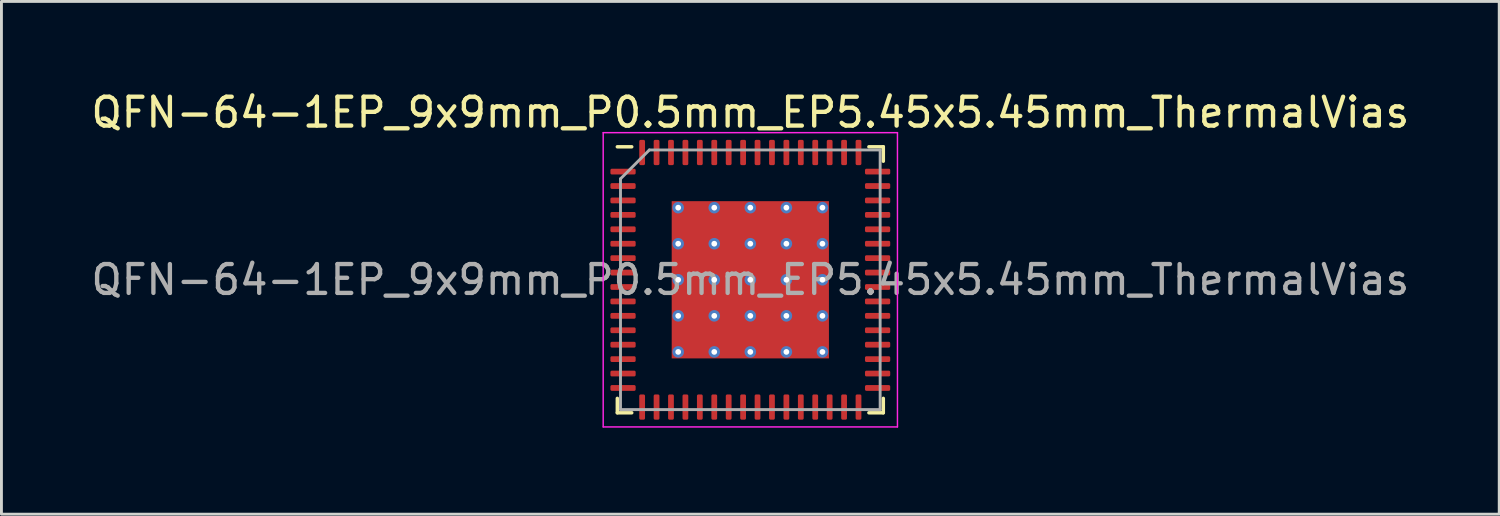
<source format=kicad_pcb>
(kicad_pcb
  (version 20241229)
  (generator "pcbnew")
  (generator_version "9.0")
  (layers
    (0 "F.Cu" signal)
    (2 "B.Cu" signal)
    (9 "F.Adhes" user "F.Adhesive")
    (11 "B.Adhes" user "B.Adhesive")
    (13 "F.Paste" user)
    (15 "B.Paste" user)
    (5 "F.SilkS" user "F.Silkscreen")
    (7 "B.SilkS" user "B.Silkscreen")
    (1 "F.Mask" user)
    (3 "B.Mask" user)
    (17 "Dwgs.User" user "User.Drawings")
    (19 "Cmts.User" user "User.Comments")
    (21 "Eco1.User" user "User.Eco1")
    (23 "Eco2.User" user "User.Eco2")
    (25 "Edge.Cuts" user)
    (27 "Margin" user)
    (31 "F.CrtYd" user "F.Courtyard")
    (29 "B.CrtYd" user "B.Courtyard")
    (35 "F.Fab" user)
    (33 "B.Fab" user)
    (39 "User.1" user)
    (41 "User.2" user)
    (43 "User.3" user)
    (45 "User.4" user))
  (footprint "QFN-64-1EP_9x9mm_P0.5mm_EP5.45x5.45mm_ThermalVias"
    (layer "F.Cu")
    (at 22.958 6.648)
    (property "Reference" "QFN-64-1EP_9x9mm_P0.5mm_EP5.45x5.45mm_ThermalVias" (at 0 -5.8 0) (layer "F.SilkS") (effects (font (size 1 1) (thickness 0.15))))
    (attr smd)
    (fp_line (start -4.61 4.61) (end -4.61 4.11) (stroke (width 0.12) (type solid)) (layer "F.SilkS"))
    (fp_line (start -4.11 -4.61) (end -4.61 -4.61) (stroke (width 0.12) (type solid)) (layer "F.SilkS"))
    (fp_line (start -4.11 4.61) (end -4.61 4.61) (stroke (width 0.12) (type solid)) (layer "F.SilkS"))
    (fp_line (start 4.11 -4.61) (end 4.61 -4.61) (stroke (width 0.12) (type solid)) (layer "F.SilkS"))
    (fp_line (start 4.11 4.61) (end 4.61 4.61) (stroke (width 0.12) (type solid)) (layer "F.SilkS"))
    (fp_line (start 4.61 -4.61) (end 4.61 -4.11) (stroke (width 0.12) (type solid)) (layer "F.SilkS"))
    (fp_line (start 4.61 4.61) (end 4.61 4.11) (stroke (width 0.12) (type solid)) (layer "F.SilkS"))
    (fp_line (start -5.1 -5.1) (end -5.1 5.1) (stroke (width 0.05) (type solid)) (layer "F.CrtYd"))
    (fp_line (start -5.1 5.1) (end 5.1 5.1) (stroke (width 0.05) (type solid)) (layer "F.CrtYd"))
    (fp_line (start 5.1 -5.1) (end -5.1 -5.1) (stroke (width 0.05) (type solid)) (layer "F.CrtYd"))
    (fp_line (start 5.1 5.1) (end 5.1 -5.1) (stroke (width 0.05) (type solid)) (layer "F.CrtYd"))
    (fp_line (start -4.5 -3.5) (end -3.5 -4.5) (stroke (width 0.1) (type solid)) (layer "F.Fab"))
    (fp_line (start -4.5 4.5) (end -4.5 -3.5) (stroke (width 0.1) (type solid)) (layer "F.Fab"))
    (fp_line (start -3.5 -4.5) (end 4.5 -4.5) (stroke (width 0.1) (type solid)) (layer "F.Fab"))
    (fp_line (start 4.5 -4.5) (end 4.5 4.5) (stroke (width 0.1) (type solid)) (layer "F.Fab"))
    (fp_line (start 4.5 4.5) (end -4.5 4.5) (stroke (width 0.1) (type solid)) (layer "F.Fab"))
    (fp_text user "${REFERENCE}" (at 0 0 0) (layer "F.Fab") (effects (font (size 1 1) (thickness 0.15))))
    (pad "" smd roundrect (at -1.889 0.612) (size 1 1) (layers "F.Paste") (roundrect_rratio 0.1))
    (pad "" smd roundrect (at -1.882 -1.878) (size 1 1) (layers "F.Paste") (roundrect_rratio 0.1))
    (pad "" smd roundrect (at -1.877 -0.625) (size 1 1) (layers "F.Paste") (roundrect_rratio 0.1))
    (pad "" smd roundrect (at -1.876 1.874) (size 1 1) (layers "F.Paste") (roundrect_rratio 0.1))
    (pad "" smd roundrect (at -0.637 0.618) (size 1 1) (layers "F.Paste") (roundrect_rratio 0.1))
    (pad "" smd roundrect (at -0.631 -1.872) (size 1 1) (layers "F.Paste") (roundrect_rratio 0.1))
    (pad "" smd roundrect (at -0.626 -0.619) (size 1 1) (layers "F.Paste") (roundrect_rratio 0.1))
    (pad "" smd roundrect (at -0.624 1.88) (size 1 1) (layers "F.Paste") (roundrect_rratio 0.1))
    (pad "" smd roundrect (at 0.617 0.616) (size 1 1) (layers "F.Paste") (roundrect_rratio 0.1))
    (pad "" smd roundrect (at 0.623 -1.874) (size 1 1) (layers "F.Paste") (roundrect_rratio 0.1))
    (pad "" smd roundrect (at 0.629 -0.622) (size 1 1) (layers "F.Paste") (roundrect_rratio 0.1))
    (pad "" smd roundrect (at 0.63 1.878) (size 1 1) (layers "F.Paste") (roundrect_rratio 0.1))
    (pad "" smd roundrect (at 1.867 0.616) (size 1 1) (layers "F.Paste") (roundrect_rratio 0.1))
    (pad "" smd roundrect (at 1.873 -1.874) (size 1 1) (layers "F.Paste") (roundrect_rratio 0.1))
    (pad "" smd roundrect (at 1.878 -0.622) (size 1 1) (layers "F.Paste") (roundrect_rratio 0.1))
    (pad "" smd roundrect (at 1.88 1.878) (size 1 1) (layers "F.Paste") (roundrect_rratio 0.1))
    (pad "1" smd roundrect (at -4.412 -3.75) (size 0.875 0.2) (layers "F.Cu" "F.Mask" "F.Paste") (roundrect_rratio 0.25))
    (pad "2" smd roundrect (at -4.412 -3.25) (size 0.875 0.2) (layers "F.Cu" "F.Mask" "F.Paste") (roundrect_rratio 0.25))
    (pad "3" smd roundrect (at -4.412 -2.75) (size 0.875 0.2) (layers "F.Cu" "F.Mask" "F.Paste") (roundrect_rratio 0.25))
    (pad "4" smd roundrect (at -4.412 -2.25) (size 0.875 0.2) (layers "F.Cu" "F.Mask" "F.Paste") (roundrect_rratio 0.25))
    (pad "5" smd roundrect (at -4.412 -1.75) (size 0.875 0.2) (layers "F.Cu" "F.Mask" "F.Paste") (roundrect_rratio 0.25))
    (pad "6" smd roundrect (at -4.412 -1.25) (size 0.875 0.2) (layers "F.Cu" "F.Mask" "F.Paste") (roundrect_rratio 0.25))
    (pad "7" smd roundrect (at -4.412 -0.75) (size 0.875 0.2) (layers "F.Cu" "F.Mask" "F.Paste") (roundrect_rratio 0.25))
    (pad "8" smd roundrect (at -4.412 -0.25) (size 0.875 0.2) (layers "F.Cu" "F.Mask" "F.Paste") (roundrect_rratio 0.25))
    (pad "9" smd roundrect (at -4.412 0.25) (size 0.875 0.2) (layers "F.Cu" "F.Mask" "F.Paste") (roundrect_rratio 0.25))
    (pad "10" smd roundrect (at -4.412 0.75) (size 0.875 0.2) (layers "F.Cu" "F.Mask" "F.Paste") (roundrect_rratio 0.25))
    (pad "11" smd roundrect (at -4.412 1.25) (size 0.875 0.2) (layers "F.Cu" "F.Mask" "F.Paste") (roundrect_rratio 0.25))
    (pad "12" smd roundrect (at -4.412 1.75) (size 0.875 0.2) (layers "F.Cu" "F.Mask" "F.Paste") (roundrect_rratio 0.25))
    (pad "13" smd roundrect (at -4.412 2.25) (size 0.875 0.2) (layers "F.Cu" "F.Mask" "F.Paste") (roundrect_rratio 0.25))
    (pad "14" smd roundrect (at -4.412 2.75) (size 0.875 0.2) (layers "F.Cu" "F.Mask" "F.Paste") (roundrect_rratio 0.25))
    (pad "15" smd roundrect (at -4.412 3.25) (size 0.875 0.2) (layers "F.Cu" "F.Mask" "F.Paste") (roundrect_rratio 0.25))
    (pad "16" smd roundrect (at -4.412 3.75) (size 0.875 0.2) (layers "F.Cu" "F.Mask" "F.Paste") (roundrect_rratio 0.25))
    (pad "17" smd roundrect (at -3.75 4.412) (size 0.2 0.875) (layers "F.Cu" "F.Mask" "F.Paste") (roundrect_rratio 0.25))
    (pad "18" smd roundrect (at -3.25 4.412) (size 0.2 0.875) (layers "F.Cu" "F.Mask" "F.Paste") (roundrect_rratio 0.25))
    (pad "19" smd roundrect (at -2.75 4.412) (size 0.2 0.875) (layers "F.Cu" "F.Mask" "F.Paste") (roundrect_rratio 0.25))
    (pad "20" smd roundrect (at -2.25 4.412) (size 0.2 0.875) (layers "F.Cu" "F.Mask" "F.Paste") (roundrect_rratio 0.25))
    (pad "21" smd roundrect (at -1.75 4.412) (size 0.2 0.875) (layers "F.Cu" "F.Mask" "F.Paste") (roundrect_rratio 0.25))
    (pad "22" smd roundrect (at -1.25 4.412) (size 0.2 0.875) (layers "F.Cu" "F.Mask" "F.Paste") (roundrect_rratio 0.25))
    (pad "23" smd roundrect (at -0.75 4.412) (size 0.2 0.875) (layers "F.Cu" "F.Mask" "F.Paste") (roundrect_rratio 0.25))
    (pad "24" smd roundrect (at -0.25 4.412) (size 0.2 0.875) (layers "F.Cu" "F.Mask" "F.Paste") (roundrect_rratio 0.25))
    (pad "25" smd roundrect (at 0.25 4.412) (size 0.2 0.875) (layers "F.Cu" "F.Mask" "F.Paste") (roundrect_rratio 0.25))
    (pad "26" smd roundrect (at 0.75 4.412) (size 0.2 0.875) (layers "F.Cu" "F.Mask" "F.Paste") (roundrect_rratio 0.25))
    (pad "27" smd roundrect (at 1.25 4.412) (size 0.2 0.875) (layers "F.Cu" "F.Mask" "F.Paste") (roundrect_rratio 0.25))
    (pad "28" smd roundrect (at 1.75 4.412) (size 0.2 0.875) (layers "F.Cu" "F.Mask" "F.Paste") (roundrect_rratio 0.25))
    (pad "29" smd roundrect (at 2.25 4.412) (size 0.2 0.875) (layers "F.Cu" "F.Mask" "F.Paste") (roundrect_rratio 0.25))
    (pad "30" smd roundrect (at 2.75 4.412) (size 0.2 0.875) (layers "F.Cu" "F.Mask" "F.Paste") (roundrect_rratio 0.25))
    (pad "31" smd roundrect (at 3.25 4.412) (size 0.2 0.875) (layers "F.Cu" "F.Mask" "F.Paste") (roundrect_rratio 0.25))
    (pad "32" smd roundrect (at 3.75 4.412) (size 0.2 0.875) (layers "F.Cu" "F.Mask" "F.Paste") (roundrect_rratio 0.25))
    (pad "33" smd roundrect (at 4.412 3.75) (size 0.875 0.2) (layers "F.Cu" "F.Mask" "F.Paste") (roundrect_rratio 0.25))
    (pad "34" smd roundrect (at 4.412 3.25) (size 0.875 0.2) (layers "F.Cu" "F.Mask" "F.Paste") (roundrect_rratio 0.25))
    (pad "35" smd roundrect (at 4.412 2.75) (size 0.875 0.2) (layers "F.Cu" "F.Mask" "F.Paste") (roundrect_rratio 0.25))
    (pad "36" smd roundrect (at 4.412 2.25) (size 0.875 0.2) (layers "F.Cu" "F.Mask" "F.Paste") (roundrect_rratio 0.25))
    (pad "37" smd roundrect (at 4.412 1.75) (size 0.875 0.2) (layers "F.Cu" "F.Mask" "F.Paste") (roundrect_rratio 0.25))
    (pad "38" smd roundrect (at 4.412 1.25) (size 0.875 0.2) (layers "F.Cu" "F.Mask" "F.Paste") (roundrect_rratio 0.25))
    (pad "39" smd roundrect (at 4.412 0.75) (size 0.875 0.2) (layers "F.Cu" "F.Mask" "F.Paste") (roundrect_rratio 0.25))
    (pad "40" smd roundrect (at 4.412 0.25) (size 0.875 0.2) (layers "F.Cu" "F.Mask" "F.Paste") (roundrect_rratio 0.25))
    (pad "41" smd roundrect (at 4.412 -0.25) (size 0.875 0.2) (layers "F.Cu" "F.Mask" "F.Paste") (roundrect_rratio 0.25))
    (pad "42" smd roundrect (at 4.412 -0.75) (size 0.875 0.2) (layers "F.Cu" "F.Mask" "F.Paste") (roundrect_rratio 0.25))
    (pad "43" smd roundrect (at 4.412 -1.25) (size 0.875 0.2) (layers "F.Cu" "F.Mask" "F.Paste") (roundrect_rratio 0.25))
    (pad "44" smd roundrect (at 4.412 -1.75) (size 0.875 0.2) (layers "F.Cu" "F.Mask" "F.Paste") (roundrect_rratio 0.25))
    (pad "45" smd roundrect (at 4.412 -2.25) (size 0.875 0.2) (layers "F.Cu" "F.Mask" "F.Paste") (roundrect_rratio 0.25))
    (pad "46" smd roundrect (at 4.412 -2.75) (size 0.875 0.2) (layers "F.Cu" "F.Mask" "F.Paste") (roundrect_rratio 0.25))
    (pad "47" smd roundrect (at 4.412 -3.25) (size 0.875 0.2) (layers "F.Cu" "F.Mask" "F.Paste") (roundrect_rratio 0.25))
    (pad "48" smd roundrect (at 4.412 -3.75) (size 0.875 0.2) (layers "F.Cu" "F.Mask" "F.Paste") (roundrect_rratio 0.25))
    (pad "49" smd roundrect (at 3.75 -4.412) (size 0.2 0.875) (layers "F.Cu" "F.Mask" "F.Paste") (roundrect_rratio 0.25))
    (pad "50" smd roundrect (at 3.25 -4.412) (size 0.2 0.875) (layers "F.Cu" "F.Mask" "F.Paste") (roundrect_rratio 0.25))
    (pad "51" smd roundrect (at 2.75 -4.412) (size 0.2 0.875) (layers "F.Cu" "F.Mask" "F.Paste") (roundrect_rratio 0.25))
    (pad "52" smd roundrect (at 2.25 -4.412) (size 0.2 0.875) (layers "F.Cu" "F.Mask" "F.Paste") (roundrect_rratio 0.25))
    (pad "53" smd roundrect (at 1.75 -4.412) (size 0.2 0.875) (layers "F.Cu" "F.Mask" "F.Paste") (roundrect_rratio 0.25))
    (pad "54" smd roundrect (at 1.25 -4.412) (size 0.2 0.875) (layers "F.Cu" "F.Mask" "F.Paste") (roundrect_rratio 0.25))
    (pad "55" smd roundrect (at 0.75 -4.412) (size 0.2 0.875) (layers "F.Cu" "F.Mask" "F.Paste") (roundrect_rratio 0.25))
    (pad "56" smd roundrect (at 0.25 -4.412) (size 0.2 0.875) (layers "F.Cu" "F.Mask" "F.Paste") (roundrect_rratio 0.25))
    (pad "57" smd roundrect (at -0.25 -4.412) (size 0.2 0.875) (layers "F.Cu" "F.Mask" "F.Paste") (roundrect_rratio 0.25))
    (pad "58" smd roundrect (at -0.75 -4.412) (size 0.2 0.875) (layers "F.Cu" "F.Mask" "F.Paste") (roundrect_rratio 0.25))
    (pad "59" smd roundrect (at -1.25 -4.412) (size 0.2 0.875) (layers "F.Cu" "F.Mask" "F.Paste") (roundrect_rratio 0.25))
    (pad "60" smd roundrect (at -1.75 -4.412) (size 0.2 0.875) (layers "F.Cu" "F.Mask" "F.Paste") (roundrect_rratio 0.25))
    (pad "61" smd roundrect (at -2.25 -4.412) (size 0.2 0.875) (layers "F.Cu" "F.Mask" "F.Paste") (roundrect_rratio 0.25))
    (pad "62" smd roundrect (at -2.75 -4.412) (size 0.2 0.875) (layers "F.Cu" "F.Mask" "F.Paste") (roundrect_rratio 0.25))
    (pad "63" smd roundrect (at -3.25 -4.412) (size 0.2 0.875) (layers "F.Cu" "F.Mask" "F.Paste") (roundrect_rratio 0.25))
    (pad "64" smd roundrect (at -3.75 -4.412) (size 0.2 0.875) (layers "F.Cu" "F.Mask" "F.Paste") (roundrect_rratio 0.25))
    (pad "65" thru_hole circle (at -2.5 -2.5) (size 0.4 0.4) (drill 0.2) (property pad_prop_heatsink) (layers "*.Cu") (remove_unused_layers yes) (keep_end_layers yes) (zone_layer_connections))
    (pad "65" thru_hole circle (at -2.5 -1.25) (size 0.4 0.4) (drill 0.2) (property pad_prop_heatsink) (layers "*.Cu") (remove_unused_layers yes) (keep_end_layers yes) (zone_layer_connections))
    (pad "65" thru_hole circle (at -2.5 0) (size 0.4 0.4) (drill 0.2) (property pad_prop_heatsink) (layers "*.Cu") (remove_unused_layers yes) (keep_end_layers yes) (zone_layer_connections))
    (pad "65" thru_hole circle (at -2.5 1.25) (size 0.4 0.4) (drill 0.2) (property pad_prop_heatsink) (layers "*.Cu") (remove_unused_layers yes) (keep_end_layers yes) (zone_layer_connections))
    (pad "65" thru_hole circle (at -2.5 2.5) (size 0.4 0.4) (drill 0.2) (property pad_prop_heatsink) (layers "*.Cu") (remove_unused_layers yes) (keep_end_layers yes) (zone_layer_connections))
    (pad "65" thru_hole circle (at -1.25 -2.5) (size 0.4 0.4) (drill 0.2) (property pad_prop_heatsink) (layers "*.Cu") (remove_unused_layers yes) (keep_end_layers yes) (zone_layer_connections))
    (pad "65" thru_hole circle (at -1.25 -1.25) (size 0.4 0.4) (drill 0.2) (property pad_prop_heatsink) (layers "*.Cu") (remove_unused_layers yes) (keep_end_layers yes) (zone_layer_connections))
    (pad "65" thru_hole circle (at -1.25 0) (size 0.4 0.4) (drill 0.2) (property pad_prop_heatsink) (layers "*.Cu") (remove_unused_layers yes) (keep_end_layers yes) (zone_layer_connections))
    (pad "65" thru_hole circle (at -1.25 1.25) (size 0.4 0.4) (drill 0.2) (property pad_prop_heatsink) (layers "*.Cu") (remove_unused_layers yes) (keep_end_layers yes) (zone_layer_connections))
    (pad "65" thru_hole circle (at -1.25 2.5) (size 0.4 0.4) (drill 0.2) (property pad_prop_heatsink) (layers "*.Cu") (remove_unused_layers yes) (keep_end_layers yes) (zone_layer_connections))
    (pad "65" thru_hole circle (at 0 -2.5) (size 0.4 0.4) (drill 0.2) (property pad_prop_heatsink) (layers "*.Cu") (remove_unused_layers yes) (keep_end_layers yes) (zone_layer_connections))
    (pad "65" thru_hole circle (at 0 -1.25) (size 0.4 0.4) (drill 0.2) (property pad_prop_heatsink) (layers "*.Cu") (remove_unused_layers yes) (keep_end_layers yes) (zone_layer_connections))
    (pad "65" thru_hole circle (at 0 0) (size 0.4 0.4) (drill 0.2) (property pad_prop_heatsink) (layers "*.Cu") (remove_unused_layers yes) (keep_end_layers yes) (zone_layer_connections))
    (pad "65" smd custom (at 0 0) (size 5.45 5.45) (layers "F.Cu" "F.Mask") (options (anchor rect)) (primitives (gr_bbox (start -0.75 -0.75) (end 0.75 0.75) (fill no))))
    (pad "65" thru_hole circle (at 0 1.25) (size 0.4 0.4) (drill 0.2) (property pad_prop_heatsink) (layers "*.Cu") (remove_unused_layers yes) (keep_end_layers yes) (zone_layer_connections))
    (pad "65" thru_hole circle (at 0 2.5) (size 0.4 0.4) (drill 0.2) (property pad_prop_heatsink) (layers "*.Cu") (remove_unused_layers yes) (keep_end_layers yes) (zone_layer_connections))
    (pad "65" thru_hole circle (at 1.25 -2.5) (size 0.4 0.4) (drill 0.2) (property pad_prop_heatsink) (layers "*.Cu") (remove_unused_layers yes) (keep_end_layers yes) (zone_layer_connections))
    (pad "65" thru_hole circle (at 1.25 -1.25) (size 0.4 0.4) (drill 0.2) (property pad_prop_heatsink) (layers "*.Cu") (remove_unused_layers yes) (keep_end_layers yes) (zone_layer_connections))
    (pad "65" thru_hole circle (at 1.25 0) (size 0.4 0.4) (drill 0.2) (property pad_prop_heatsink) (layers "*.Cu") (remove_unused_layers yes) (keep_end_layers yes) (zone_layer_connections))
    (pad "65" thru_hole circle (at 1.25 1.25) (size 0.4 0.4) (drill 0.2) (property pad_prop_heatsink) (layers "*.Cu") (remove_unused_layers yes) (keep_end_layers yes) (zone_layer_connections))
    (pad "65" thru_hole circle (at 1.25 2.5) (size 0.4 0.4) (drill 0.2) (property pad_prop_heatsink) (layers "*.Cu") (remove_unused_layers yes) (keep_end_layers yes) (zone_layer_connections))
    (pad "65" thru_hole circle (at 2.5 -2.5) (size 0.4 0.4) (drill 0.2) (property pad_prop_heatsink) (layers "*.Cu") (remove_unused_layers yes) (keep_end_layers yes) (zone_layer_connections))
    (pad "65" thru_hole circle (at 2.5 -1.25) (size 0.4 0.4) (drill 0.2) (property pad_prop_heatsink) (layers "*.Cu") (remove_unused_layers yes) (keep_end_layers yes) (zone_layer_connections))
    (pad "65" thru_hole circle (at 2.5 0) (size 0.4 0.4) (drill 0.2) (property pad_prop_heatsink) (layers "*.Cu") (remove_unused_layers yes) (keep_end_layers yes) (zone_layer_connections))
    (pad "65" thru_hole circle (at 2.5 1.25) (size 0.4 0.4) (drill 0.2) (property pad_prop_heatsink) (layers "*.Cu") (remove_unused_layers yes) (keep_end_layers yes) (zone_layer_connections))
    (pad "65" thru_hole circle (at 2.5 2.5) (size 0.4 0.4) (drill 0.2) (property pad_prop_heatsink) (layers "*.Cu") (remove_unused_layers yes) (keep_end_layers yes) (zone_layer_connections)))
  (gr_rect
    (start -3 -3)
    (end 48.917 14.773)
    (stroke (width 0.1) (type default))
    (fill no)
    (layer "Edge.Cuts")))
</source>
